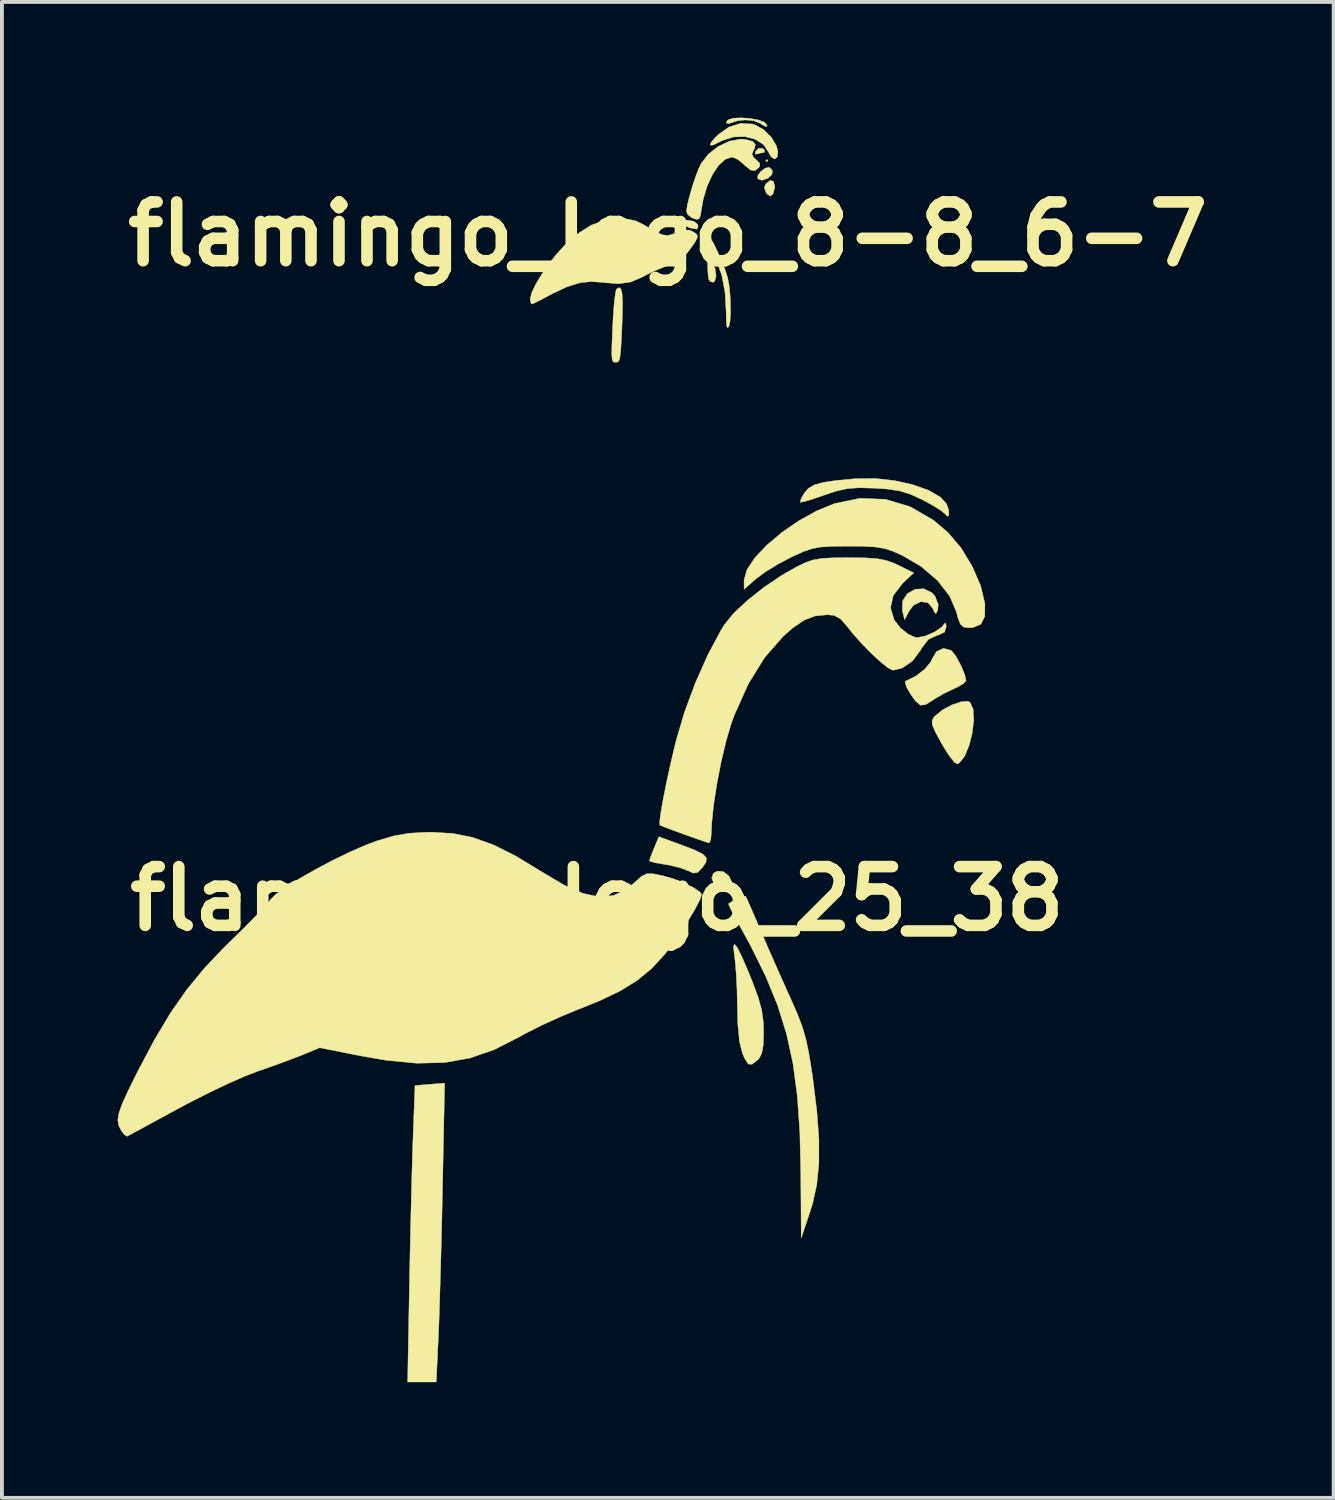
<source format=kicad_pcb>
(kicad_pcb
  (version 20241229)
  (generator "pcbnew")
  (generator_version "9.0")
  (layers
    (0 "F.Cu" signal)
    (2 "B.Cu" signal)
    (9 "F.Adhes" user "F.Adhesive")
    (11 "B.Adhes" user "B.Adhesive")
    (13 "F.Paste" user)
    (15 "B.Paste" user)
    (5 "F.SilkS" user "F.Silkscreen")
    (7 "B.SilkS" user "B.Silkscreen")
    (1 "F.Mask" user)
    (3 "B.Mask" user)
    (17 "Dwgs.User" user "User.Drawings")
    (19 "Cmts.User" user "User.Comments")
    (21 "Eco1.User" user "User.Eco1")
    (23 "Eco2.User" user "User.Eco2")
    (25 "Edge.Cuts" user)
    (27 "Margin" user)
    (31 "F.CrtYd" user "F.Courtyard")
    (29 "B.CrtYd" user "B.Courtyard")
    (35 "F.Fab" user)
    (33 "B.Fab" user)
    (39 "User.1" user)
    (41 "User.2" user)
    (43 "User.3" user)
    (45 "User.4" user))
  (footprint "flamingo_logo_25_38"
    (layer "F.Cu")
    (at 12.436 20.258)
    (property "Reference" "flamingo_logo_25_38" (at 0 0 0) (layer "F.SilkS") (effects (font (size 1.524 1.524) (thickness 0.3))))
    (attr through_hole)
    (fp_poly (pts (xy 3.271 -0.705) (xy 3.414 -0.593) (xy 3.493 -0.435) (xy 3.464 -0.288) (xy 3.462 -0.285) (xy 3.294 -0.177) (xy 3.129 -0.23) (xy 3.051 -0.333) (xy 2.971 -0.539) (xy 3.014 -0.662) (xy 3.111 -0.716) (xy 3.271 -0.705)) (stroke (width 0.01) (type solid)) (fill yes) (layer "F.SilkS"))
    (fp_poly (pts (xy 8.684 -7.937) (xy 8.763 -7.844) (xy 8.844 -7.634) (xy 8.835 -7.491) (xy 8.785 -7.393) (xy 8.739 -7.444) (xy 8.709 -7.522) (xy 8.582 -7.676) (xy 8.398 -7.706) (xy 8.209 -7.616) (xy 8.096 -7.472) (xy 7.973 -7.239) (xy 7.914 -7.475) (xy 7.92 -7.724) (xy 8.045 -7.914) (xy 8.245 -8.026) (xy 8.473 -8.04) (xy 8.684 -7.937)) (stroke (width 0.01) (type solid)) (fill yes) (layer "F.SilkS"))
    (fp_poly (pts (xy 2.165 -1.404) (xy 2.524 -1.267) (xy 2.74 -1.159) (xy 2.833 -1.061) (xy 2.824 -0.952) (xy 2.737 -0.82) (xy 2.606 -0.682) (xy 2.489 -0.667) (xy 2.366 -0.723) (xy 2.154 -0.804) (xy 1.868 -0.873) (xy 1.757 -0.891) (xy 1.523 -0.931) (xy 1.378 -0.969) (xy 1.355 -0.984) (xy 1.384 -1.079) (xy 1.457 -1.266) (xy 1.477 -1.315) (xy 1.6 -1.609) (xy 2.165 -1.404)) (stroke (width 0.01) (type solid)) (fill yes) (layer "F.SilkS"))
    (fp_poly (pts (xy -4.011 7.534) (xy -4.026 8.265) (xy -4.044 8.998) (xy -4.063 9.701) (xy -4.082 10.341) (xy -4.099 10.887) (xy -4.115 11.307) (xy -4.12 11.409) (xy -4.173 12.531) (xy -4.915 12.531) (xy -4.868 9.97) (xy -4.854 9.248) (xy -4.838 8.51) (xy -4.821 7.792) (xy -4.804 7.133) (xy -4.788 6.567) (xy -4.773 6.134) (xy -4.773 6.125) (xy -4.724 4.842) (xy -4.339 4.811) (xy -3.955 4.78) (xy -4.011 7.534)) (stroke (width 0.01) (type solid)) (fill yes) (layer "F.SilkS"))
    (fp_poly (pts (xy 9.671 -5.095) (xy 9.751 -4.914) (xy 9.766 -4.634) (xy 9.728 -4.305) (xy 9.646 -3.977) (xy 9.531 -3.7) (xy 9.394 -3.524) (xy 9.338 -3.494) (xy 9.257 -3.548) (xy 9.124 -3.718) (xy 8.965 -3.969) (xy 8.934 -4.024) (xy 8.777 -4.313) (xy 8.697 -4.495) (xy 8.683 -4.61) (xy 8.726 -4.699) (xy 8.758 -4.736) (xy 8.952 -4.895) (xy 9.195 -5.027) (xy 9.435 -5.109) (xy 9.618 -5.121) (xy 9.671 -5.095)) (stroke (width 0.01) (type solid)) (fill yes) (layer "F.SilkS"))
    (fp_poly (pts (xy 3.63 1.259) (xy 3.753 1.502) (xy 3.927 1.906) (xy 4.016 2.126) (xy 4.174 2.55) (xy 4.268 2.888) (xy 4.31 3.204) (xy 4.318 3.459) (xy 4.307 3.8) (xy 4.267 4.016) (xy 4.19 4.151) (xy 4.163 4.178) (xy 4.017 4.291) (xy 3.919 4.286) (xy 3.828 4.146) (xy 3.769 4.011) (xy 3.691 3.703) (xy 3.646 3.232) (xy 3.636 2.805) (xy 3.627 2.378) (xy 3.607 1.966) (xy 3.58 1.627) (xy 3.562 1.488) (xy 3.535 1.253) (xy 3.558 1.176) (xy 3.63 1.259)) (stroke (width 0.01) (type solid)) (fill yes) (layer "F.SilkS"))
    (fp_poly (pts (xy 9.175 -6.443) (xy 9.195 -6.427) (xy 9.309 -6.281) (xy 9.433 -6.051) (xy 9.532 -5.815) (xy 9.567 -5.658) (xy 9.497 -5.579) (xy 9.32 -5.478) (xy 9.25 -5.447) (xy 8.978 -5.316) (xy 8.732 -5.172) (xy 8.708 -5.155) (xy 8.516 -5.034) (xy 8.384 -5.02) (xy 8.259 -5.125) (xy 8.128 -5.307) (xy 8.019 -5.497) (xy 7.986 -5.622) (xy 8.001 -5.645) (xy 8.26 -5.773) (xy 8.497 -5.956) (xy 8.655 -6.147) (xy 8.684 -6.217) (xy 8.798 -6.411) (xy 8.981 -6.494) (xy 9.175 -6.443)) (stroke (width 0.01) (type solid)) (fill yes) (layer "F.SilkS"))
    (fp_poly (pts (xy 7.719 -10.844) (xy 8.194 -10.737) (xy 8.603 -10.59) (xy 8.908 -10.411) (xy 9.062 -10.239) (xy 9.117 -10.086) (xy 9.123 -9.962) (xy 9.087 -9.916) (xy 9.026 -9.976) (xy 8.922 -10.064) (xy 8.711 -10.197) (xy 8.439 -10.346) (xy 8.125 -10.491) (xy 7.837 -10.579) (xy 7.502 -10.628) (xy 7.197 -10.648) (xy 6.795 -10.659) (xy 6.487 -10.637) (xy 6.197 -10.572) (xy 5.887 -10.468) (xy 5.599 -10.368) (xy 5.38 -10.302) (xy 5.271 -10.282) (xy 5.267 -10.284) (xy 5.285 -10.368) (xy 5.373 -10.524) (xy 5.476 -10.643) (xy 5.625 -10.731) (xy 5.851 -10.796) (xy 6.183 -10.846) (xy 6.651 -10.891) (xy 6.71 -10.895) (xy 7.212 -10.9) (xy 7.719 -10.844)) (stroke (width 0.01) (type solid)) (fill yes) (layer "F.SilkS"))
    (fp_poly (pts (xy 3.889 0.014) (xy 3.981 0.222) (xy 4.11 0.519) (xy 4.231 0.804) (xy 4.426 1.258) (xy 4.658 1.785) (xy 4.889 2.303) (xy 5.008 2.566) (xy 5.188 2.974) (xy 5.318 3.314) (xy 5.414 3.643) (xy 5.492 4.014) (xy 5.567 4.484) (xy 5.59 4.64) (xy 5.697 5.505) (xy 5.751 6.236) (xy 5.75 6.862) (xy 5.696 7.411) (xy 5.586 7.909) (xy 5.524 8.107) (xy 5.292 8.798) (xy 5.28 7.129) (xy 5.256 6.059) (xy 5.191 5.122) (xy 5.08 4.283) (xy 4.912 3.508) (xy 4.68 2.765) (xy 4.374 2.018) (xy 3.988 1.234) (xy 3.686 0.683) (xy 3.542 0.42) (xy 3.442 0.223) (xy 3.405 0.129) (xy 3.406 0.127) (xy 3.524 0.055) (xy 3.686 -0.021) (xy 3.816 -0.069) (xy 3.848 -0.07) (xy 3.889 0.014)) (stroke (width 0.01) (type solid)) (fill yes) (layer "F.SilkS"))
    (fp_poly (pts (xy 7.478 -10.359) (xy 8.117 -10.169) (xy 8.722 -9.818) (xy 9.1 -9.497) (xy 9.438 -9.098) (xy 9.73 -8.616) (xy 9.947 -8.112) (xy 10.055 -7.656) (xy 10.052 -7.323) (xy 9.949 -7.118) (xy 9.737 -7.032) (xy 9.65 -7.027) (xy 9.506 -7.045) (xy 9.416 -7.125) (xy 9.348 -7.311) (xy 9.315 -7.444) (xy 9.139 -7.854) (xy 8.824 -8.256) (xy 8.4 -8.619) (xy 7.916 -8.903) (xy 7.666 -9.014) (xy 7.445 -9.085) (xy 7.202 -9.124) (xy 6.886 -9.141) (xy 6.517 -9.144) (xy 6.105 -9.14) (xy 5.808 -9.123) (xy 5.574 -9.08) (xy 5.349 -9.004) (xy 5.078 -8.882) (xy 5.029 -8.858) (xy 4.688 -8.678) (xy 4.364 -8.479) (xy 4.125 -8.303) (xy 4.121 -8.299) (xy 3.81 -8.026) (xy 3.81 -8.269) (xy 3.884 -8.534) (xy 4.088 -8.842) (xy 4.398 -9.17) (xy 4.785 -9.497) (xy 5.226 -9.801) (xy 5.693 -10.06) (xy 6.149 -10.248) (xy 6.818 -10.387) (xy 7.478 -10.359)) (stroke (width 0.01) (type solid)) (fill yes) (layer "F.SilkS"))
    (fp_poly (pts (xy 6.948 -8.842) (xy 7.255 -8.821) (xy 7.489 -8.777) (xy 7.697 -8.703) (xy 7.809 -8.65) (xy 8.21 -8.453) (xy 7.915 -8.175) (xy 7.679 -7.865) (xy 7.608 -7.545) (xy 7.704 -7.23) (xy 7.867 -7.021) (xy 8.067 -6.863) (xy 8.256 -6.778) (xy 8.295 -6.773) (xy 8.514 -6.816) (xy 8.753 -6.92) (xy 8.941 -7.051) (xy 9.003 -7.131) (xy 9.038 -7.15) (xy 9.053 -7.059) (xy 9.009 -6.914) (xy 8.838 -6.835) (xy 8.808 -6.829) (xy 8.591 -6.728) (xy 8.417 -6.502) (xy 8.392 -6.454) (xy 8.181 -6.17) (xy 7.908 -5.982) (xy 7.668 -5.927) (xy 7.546 -5.986) (xy 7.348 -6.144) (xy 7.104 -6.37) (xy 6.848 -6.632) (xy 6.612 -6.9) (xy 6.495 -7.048) (xy 6.314 -7.256) (xy 6.142 -7.349) (xy 5.971 -7.366) (xy 5.655 -7.335) (xy 5.37 -7.227) (xy 5.067 -7.02) (xy 4.817 -6.799) (xy 4.344 -6.258) (xy 3.921 -5.574) (xy 3.558 -4.765) (xy 3.482 -4.556) (xy 3.349 -4.111) (xy 3.221 -3.575) (xy 3.108 -3.002) (xy 3.022 -2.449) (xy 2.972 -1.97) (xy 2.963 -1.746) (xy 2.948 -1.549) (xy 2.91 -1.452) (xy 2.9 -1.45) (xy 2.794 -1.482) (xy 2.575 -1.557) (xy 2.286 -1.66) (xy 2.244 -1.675) (xy 1.955 -1.781) (xy 1.736 -1.863) (xy 1.63 -1.907) (xy 1.626 -1.909) (xy 1.621 -2.004) (xy 1.65 -2.233) (xy 1.709 -2.568) (xy 1.79 -2.978) (xy 1.889 -3.434) (xy 1.999 -3.906) (xy 2.048 -4.106) (xy 2.266 -4.844) (xy 2.549 -5.605) (xy 2.872 -6.331) (xy 3.21 -6.963) (xy 3.303 -7.113) (xy 3.542 -7.406) (xy 3.895 -7.737) (xy 4.323 -8.076) (xy 4.787 -8.389) (xy 5.165 -8.605) (xy 5.393 -8.716) (xy 5.595 -8.786) (xy 5.821 -8.826) (xy 6.119 -8.843) (xy 6.519 -8.847) (xy 6.948 -8.842)) (stroke (width 0.01) (type solid)) (fill yes) (layer "F.SilkS"))
    (fp_poly (pts (xy -3.736 -1.694) (xy -3.22 -1.589) (xy -2.692 -1.4) (xy -2.118 -1.113) (xy -1.464 -0.716) (xy -1.436 -0.699) (xy -0.856 -0.354) (xy -0.365 -0.139) (xy 0.054 -0.05) (xy 0.42 -0.085) (xy 0.752 -0.242) (xy 0.981 -0.431) (xy 1.147 -0.581) (xy 1.28 -0.649) (xy 1.448 -0.648) (xy 1.7 -0.599) (xy 1.977 -0.52) (xy 2.261 -0.408) (xy 2.507 -0.285) (xy 2.67 -0.173) (xy 2.709 -0.111) (xy 2.663 0.028) (xy 2.539 0.267) (xy 2.361 0.567) (xy 2.152 0.891) (xy 1.934 1.202) (xy 1.74 1.454) (xy 1.407 1.813) (xy 1.039 2.116) (xy 0.601 2.387) (xy 0.058 2.647) (xy -0.495 2.87) (xy -0.948 3.056) (xy -1.432 3.277) (xy -1.87 3.498) (xy -2.037 3.591) (xy -2.672 3.914) (xy -3.301 4.131) (xy -3.956 4.247) (xy -4.668 4.265) (xy -5.469 4.189) (xy -6.159 4.069) (xy -7.195 3.863) (xy -7.641 4.047) (xy -7.935 4.162) (xy -8.318 4.303) (xy -8.72 4.444) (xy -8.817 4.478) (xy -9.147 4.605) (xy -9.579 4.796) (xy -10.069 5.03) (xy -10.572 5.285) (xy -10.847 5.431) (xy -11.272 5.662) (xy -11.644 5.864) (xy -11.937 6.024) (xy -12.128 6.127) (xy -12.191 6.16) (xy -12.264 6.115) (xy -12.341 6.013) (xy -12.407 5.882) (xy -12.431 5.742) (xy -12.405 5.566) (xy -12.321 5.328) (xy -12.173 4.998) (xy -11.952 4.551) (xy -11.916 4.478) (xy -11.482 3.659) (xy -11.068 2.965) (xy -10.644 2.358) (xy -10.186 1.799) (xy -9.664 1.251) (xy -9.502 1.093) (xy -9.17 0.768) (xy -8.874 0.469) (xy -8.64 0.222) (xy -8.494 0.054) (xy -8.467 0.016) (xy -8.328 -0.122) (xy -8.066 -0.309) (xy -7.711 -0.53) (xy -7.296 -0.766) (xy -6.85 -1.001) (xy -6.406 -1.217) (xy -5.995 -1.396) (xy -5.715 -1.501) (xy -5.277 -1.63) (xy -4.879 -1.7) (xy -4.43 -1.726) (xy -4.276 -1.727) (xy -3.736 -1.694)) (stroke (width 0.01) (type solid)) (fill yes) (layer "F.SilkS")))
  (footprint "flamingo_logo_8-8_6-7"
    (layer "F.Cu")
    (at 14.268 3.021)
    (property "Reference" "flamingo_logo_8-8_6-7" (at 0 0 0) (layer "F.SilkS") (effects (font (size 1.524 1.524) (thickness 0.3))))
    (attr through_hole)
    (fp_poly (pts (xy 2.6 -1.905) (xy 2.57 -1.875) (xy 2.54 -1.905) (xy 2.57 -1.935) (xy 2.6 -1.905)) (stroke (width 0.01) (type solid)) (fill yes) (layer "F.SilkS"))
    (fp_poly (pts (xy 0.965 -0.077) (xy 0.968 -0.06) (xy 0.947 -0.002) (xy 0.941 0) (xy 0.889 -0.042) (xy 0.877 -0.06) (xy 0.882 -0.116) (xy 0.904 -0.121) (xy 0.965 -0.077)) (stroke (width 0.01) (type solid)) (fill yes) (layer "F.SilkS"))
    (fp_poly (pts (xy 2.457 -2.225) (xy 2.51 -2.177) (xy 2.508 -2.121) (xy 2.488 -2.117) (xy 2.383 -2.097) (xy 2.333 -2.08) (xy 2.265 -2.075) (xy 2.274 -2.14) (xy 2.353 -2.225) (xy 2.457 -2.225)) (stroke (width 0.01) (type solid)) (fill yes) (layer "F.SilkS"))
    (fp_poly (pts (xy 2.741 -1.368) (xy 2.773 -1.244) (xy 2.771 -1.199) (xy 2.729 -1.041) (xy 2.658 -0.985) (xy 2.573 -1.038) (xy 2.54 -1.089) (xy 2.502 -1.216) (xy 2.543 -1.304) (xy 2.657 -1.392) (xy 2.741 -1.368)) (stroke (width 0.01) (type solid)) (fill yes) (layer "F.SilkS"))
    (fp_poly (pts (xy 0.672 -0.332) (xy 0.772 -0.255) (xy 0.786 -0.205) (xy 0.76 -0.134) (xy 0.741 -0.129) (xy 0.65 -0.146) (xy 0.559 -0.164) (xy 0.461 -0.215) (xy 0.424 -0.292) (xy 0.458 -0.352) (xy 0.509 -0.363) (xy 0.672 -0.332)) (stroke (width 0.01) (type solid)) (fill yes) (layer "F.SilkS"))
    (fp_poly (pts (xy 1.154 0.695) (xy 1.23 0.907) (xy 1.251 1.092) (xy 1.217 1.218) (xy 1.172 1.253) (xy 1.096 1.225) (xy 1.066 1.177) (xy 1.045 1.062) (xy 1.034 0.878) (xy 1.033 0.766) (xy 1.038 0.454) (xy 1.154 0.695)) (stroke (width 0.01) (type solid)) (fill yes) (layer "F.SilkS"))
    (fp_poly (pts (xy 2.635 -1.73) (xy 2.713 -1.653) (xy 2.7 -1.545) (xy 2.604 -1.454) (xy 2.444 -1.395) (xy 2.345 -1.429) (xy 2.33 -1.449) (xy 2.339 -1.531) (xy 2.418 -1.63) (xy 2.527 -1.709) (xy 2.626 -1.733) (xy 2.635 -1.73)) (stroke (width 0.01) (type solid)) (fill yes) (layer "F.SilkS"))
    (fp_poly (pts (xy 2.135 -3) (xy 2.347 -2.961) (xy 2.496 -2.906) (xy 2.523 -2.885) (xy 2.581 -2.807) (xy 2.552 -2.787) (xy 2.459 -2.829) (xy 2.392 -2.875) (xy 2.233 -2.939) (xy 2.017 -2.961) (xy 1.801 -2.939) (xy 1.684 -2.898) (xy 1.573 -2.863) (xy 1.516 -2.884) (xy 1.541 -2.943) (xy 1.574 -2.969) (xy 1.705 -3.007) (xy 1.907 -3.016) (xy 2.135 -3)) (stroke (width 0.01) (type solid)) (fill yes) (layer "F.SilkS"))
    (fp_poly (pts (xy 2.195 -2.855) (xy 2.262 -2.834) (xy 2.485 -2.709) (xy 2.68 -2.517) (xy 2.814 -2.296) (xy 2.854 -2.149) (xy 2.839 -2) (xy 2.774 -1.947) (xy 2.688 -1.994) (xy 2.621 -2.112) (xy 2.483 -2.319) (xy 2.267 -2.459) (xy 1.999 -2.528) (xy 1.705 -2.519) (xy 1.412 -2.427) (xy 1.346 -2.392) (xy 1.179 -2.311) (xy 1.102 -2.306) (xy 1.118 -2.371) (xy 1.226 -2.501) (xy 1.303 -2.577) (xy 1.587 -2.778) (xy 1.891 -2.872) (xy 2.195 -2.855)) (stroke (width 0.01) (type solid)) (fill yes) (layer "F.SilkS"))
    (fp_poly (pts (xy -1.217 1.42) (xy -1.187 1.54) (xy -1.174 1.755) (xy -1.177 2.074) (xy -1.189 2.407) (xy -1.205 2.759) (xy -1.22 3.007) (xy -1.237 3.17) (xy -1.259 3.266) (xy -1.29 3.312) (xy -1.332 3.326) (xy -1.349 3.326) (xy -1.395 3.321) (xy -1.427 3.295) (xy -1.445 3.229) (xy -1.453 3.106) (xy -1.45 2.907) (xy -1.439 2.615) (xy -1.431 2.407) (xy -1.413 2.083) (xy -1.391 1.801) (xy -1.366 1.583) (xy -1.342 1.453) (xy -1.33 1.427) (xy -1.264 1.386) (xy -1.217 1.42)) (stroke (width 0.01) (type solid)) (fill yes) (layer "F.SilkS"))
    (fp_poly (pts (xy 1.115 0.121) (xy 1.193 0.254) (xy 1.29 0.454) (xy 1.361 0.612) (xy 1.478 0.901) (xy 1.552 1.133) (xy 1.595 1.357) (xy 1.617 1.625) (xy 1.622 1.725) (xy 1.627 2.021) (xy 1.615 2.25) (xy 1.586 2.386) (xy 1.581 2.397) (xy 1.548 2.43) (xy 1.527 2.381) (xy 1.516 2.234) (xy 1.514 2.049) (xy 1.486 1.528) (xy 1.402 1.075) (xy 1.252 0.65) (xy 1.211 0.558) (xy 1.107 0.335) (xy 1.05 0.197) (xy 1.031 0.123) (xy 1.044 0.089) (xy 1.071 0.076) (xy 1.115 0.121)) (stroke (width 0.01) (type solid)) (fill yes) (layer "F.SilkS"))
    (fp_poly (pts (xy 2.025 -2.453) (xy 2.204 -2.402) (xy 2.273 -2.325) (xy 2.243 -2.208) (xy 2.225 -2.176) (xy 2.182 -2.075) (xy 2.221 -1.993) (xy 2.29 -1.931) (xy 2.384 -1.836) (xy 2.385 -1.761) (xy 2.358 -1.723) (xy 2.259 -1.645) (xy 2.149 -1.66) (xy 2.006 -1.773) (xy 1.965 -1.814) (xy 1.824 -1.93) (xy 1.688 -1.992) (xy 1.659 -1.996) (xy 1.487 -1.939) (xy 1.316 -1.781) (xy 1.156 -1.542) (xy 1.02 -1.242) (xy 0.918 -0.9) (xy 0.878 -0.68) (xy 0.849 -0.489) (xy 0.813 -0.397) (xy 0.749 -0.381) (xy 0.634 -0.42) (xy 0.62 -0.425) (xy 0.514 -0.508) (xy 0.484 -0.589) (xy 0.504 -0.741) (xy 0.559 -0.968) (xy 0.635 -1.23) (xy 0.721 -1.491) (xy 0.806 -1.713) (xy 0.862 -1.828) (xy 1.054 -2.076) (xy 1.312 -2.276) (xy 1.602 -2.411) (xy 1.891 -2.464) (xy 2.025 -2.453)) (stroke (width 0.01) (type solid)) (fill yes) (layer "F.SilkS"))
    (fp_poly (pts (xy -1.02 -0.384) (xy -0.837 -0.345) (xy -0.659 -0.262) (xy -0.559 -0.202) (xy -0.316 -0.06) (xy -0.14 0.017) (xy -0.001 0.035) (xy 0.131 0.001) (xy 0.191 -0.026) (xy 0.405 -0.108) (xy 0.571 -0.103) (xy 0.694 -0.039) (xy 0.762 0.021) (xy 0.77 0.084) (xy 0.715 0.192) (xy 0.679 0.25) (xy 0.51 0.48) (xy 0.308 0.652) (xy 0.038 0.796) (xy -0.091 0.849) (xy -0.32 0.945) (xy -0.534 1.045) (xy -0.651 1.107) (xy -0.952 1.24) (xy -1.275 1.288) (xy -1.657 1.258) (xy -1.673 1.255) (xy -1.984 1.23) (xy -2.29 1.265) (xy -2.618 1.368) (xy -2.998 1.547) (xy -3.113 1.608) (xy -3.303 1.71) (xy -3.451 1.784) (xy -3.526 1.814) (xy -3.528 1.814) (xy -3.559 1.763) (xy -3.568 1.677) (xy -3.53 1.521) (xy -3.425 1.301) (xy -3.271 1.043) (xy -3.084 0.771) (xy -2.879 0.512) (xy -2.674 0.289) (xy -2.653 0.268) (xy -2.307 -0.029) (xy -1.99 -0.231) (xy -1.676 -0.347) (xy -1.339 -0.392) (xy -1.265 -0.393) (xy -1.02 -0.384)) (stroke (width 0.01) (type solid)) (fill yes) (layer "F.SilkS")))
  (gr_rect
    (start -3 -3)
    (end 31.535 35.793)
    (stroke (width 0.1) (type default))
    (fill no)
    (layer "Edge.Cuts")))
</source>
